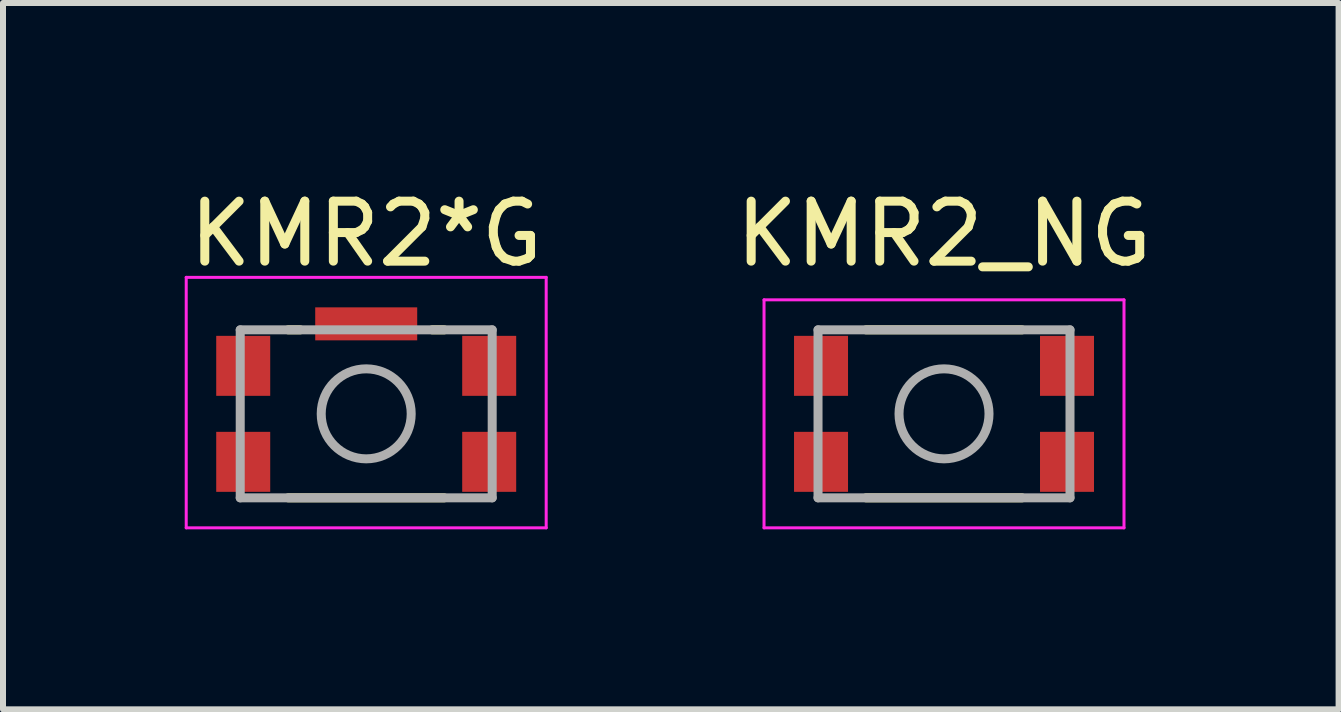
<source format=kicad_pcb>
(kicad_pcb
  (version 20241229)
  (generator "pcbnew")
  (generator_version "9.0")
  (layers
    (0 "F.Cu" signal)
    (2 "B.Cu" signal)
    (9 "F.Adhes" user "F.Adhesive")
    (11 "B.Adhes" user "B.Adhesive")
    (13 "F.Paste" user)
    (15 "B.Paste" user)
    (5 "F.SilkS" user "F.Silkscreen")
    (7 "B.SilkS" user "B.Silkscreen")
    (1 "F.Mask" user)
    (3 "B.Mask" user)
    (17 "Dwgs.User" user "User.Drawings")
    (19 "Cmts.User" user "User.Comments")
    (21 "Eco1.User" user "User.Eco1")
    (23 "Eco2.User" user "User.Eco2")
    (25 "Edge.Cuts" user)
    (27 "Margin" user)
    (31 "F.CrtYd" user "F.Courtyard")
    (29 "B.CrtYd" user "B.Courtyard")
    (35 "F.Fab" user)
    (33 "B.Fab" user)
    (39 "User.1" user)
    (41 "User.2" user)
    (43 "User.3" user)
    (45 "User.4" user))
  (footprint "KMR2_NG"
    (layer "F.Cu")
    (at 12.685 3.848)
    (property "Reference" "KMR2_NG" (at 0 -3 0) (layer "F.SilkS") (effects (font (size 1 1) (thickness 0.15))))
    (attr smd)
    (fp_line (start -1.3 -1.4) (end 1.3 -1.4) (stroke (width 0.15) (type solid)) (layer "F.SilkS"))
    (fp_line (start -1.3 1.4) (end 1.3 1.4) (stroke (width 0.15) (type solid)) (layer "F.SilkS"))
    (fp_line (start -3 -1.9) (end -3 1.9) (stroke (width 0.05) (type solid)) (layer "F.CrtYd"))
    (fp_line (start -3 -1.9) (end 3 -1.9) (stroke (width 0.05) (type solid)) (layer "F.CrtYd"))
    (fp_line (start -3 1.9) (end 3 1.9) (stroke (width 0.05) (type solid)) (layer "F.CrtYd"))
    (fp_line (start 3 -1.9) (end 3 1.9) (stroke (width 0.05) (type solid)) (layer "F.CrtYd"))
    (fp_line (start -2.1 -1.4) (end -2.1 1.4) (stroke (width 0.15) (type solid)) (layer "F.Fab"))
    (fp_line (start -2.1 -1.4) (end 2.1 -1.4) (stroke (width 0.15) (type solid)) (layer "F.Fab"))
    (fp_line (start -2.1 1.4) (end 2.1 1.4) (stroke (width 0.15) (type solid)) (layer "F.Fab"))
    (fp_line (start 2.1 -1.4) (end 2.1 1.4) (stroke (width 0.15) (type solid)) (layer "F.Fab"))
    (fp_circle (center 0 0) (end 0 0.75) (stroke (width 0.15) (type solid)) (fill no) (layer "F.Fab"))
    (pad "1" smd rect (at -2.05 -0.8) (size 0.9 1) (layers "F.Cu" "F.Mask" "F.Paste"))
    (pad "2" smd rect (at 2.05 -0.8) (size 0.9 1) (layers "F.Cu" "F.Mask" "F.Paste"))
    (pad "3" smd rect (at -2.05 0.8) (size 0.9 1) (layers "F.Cu" "F.Mask" "F.Paste"))
    (pad "4" smd rect (at 2.05 0.8) (size 0.9 1) (layers "F.Cu" "F.Mask" "F.Paste")))
  (footprint "KMR2*G"
    (layer "F.Cu")
    (at 3.054 3.848)
    (property "Reference" "KMR2*G" (at 0 -3 0) (layer "F.SilkS") (effects (font (size 1 1) (thickness 0.15))))
    (attr smd)
    (fp_line (start -1.3 -1.4) (end -1.1 -1.4) (stroke (width 0.15) (type solid)) (layer "F.SilkS"))
    (fp_line (start -1.3 1.4) (end 1.3 1.4) (stroke (width 0.15) (type solid)) (layer "F.SilkS"))
    (fp_line (start 1.1 -1.4) (end 1.3 -1.4) (stroke (width 0.15) (type solid)) (layer "F.SilkS"))
    (fp_line (start -3 -2.275) (end -3 1.9) (stroke (width 0.05) (type solid)) (layer "F.CrtYd"))
    (fp_line (start -3 -2.275) (end 3 -2.275) (stroke (width 0.05) (type solid)) (layer "F.CrtYd"))
    (fp_line (start -3 1.9) (end 3 1.9) (stroke (width 0.05) (type solid)) (layer "F.CrtYd"))
    (fp_line (start 3 -2.275) (end 3 1.9) (stroke (width 0.05) (type solid)) (layer "F.CrtYd"))
    (fp_line (start -2.1 -1.4) (end -2.1 1.4) (stroke (width 0.15) (type solid)) (layer "F.Fab"))
    (fp_line (start -2.1 -1.4) (end 2.1 -1.4) (stroke (width 0.15) (type solid)) (layer "F.Fab"))
    (fp_line (start -2.1 1.4) (end 2.1 1.4) (stroke (width 0.15) (type solid)) (layer "F.Fab"))
    (fp_line (start 2.1 -1.4) (end 2.1 1.4) (stroke (width 0.15) (type solid)) (layer "F.Fab"))
    (fp_circle (center 0 0) (end 0 0.75) (stroke (width 0.15) (type solid)) (fill no) (layer "F.Fab"))
    (pad "1" smd rect (at -2.05 -0.8) (size 0.9 1) (layers "F.Cu" "F.Mask" "F.Paste"))
    (pad "2" smd rect (at 2.05 -0.8) (size 0.9 1) (layers "F.Cu" "F.Mask" "F.Paste"))
    (pad "3" smd rect (at -2.05 0.8) (size 0.9 1) (layers "F.Cu" "F.Mask" "F.Paste"))
    (pad "4" smd rect (at 2.05 0.8) (size 0.9 1) (layers "F.Cu" "F.Mask" "F.Paste"))
    (pad "S" smd rect (at 0 -1.5) (size 1.7 0.55) (layers "F.Cu" "F.Mask" "F.Paste")))
  (gr_rect
    (start -3 -3)
    (end 19.262 8.773)
    (stroke (width 0.1) (type default))
    (fill no)
    (layer "Edge.Cuts")))
</source>
